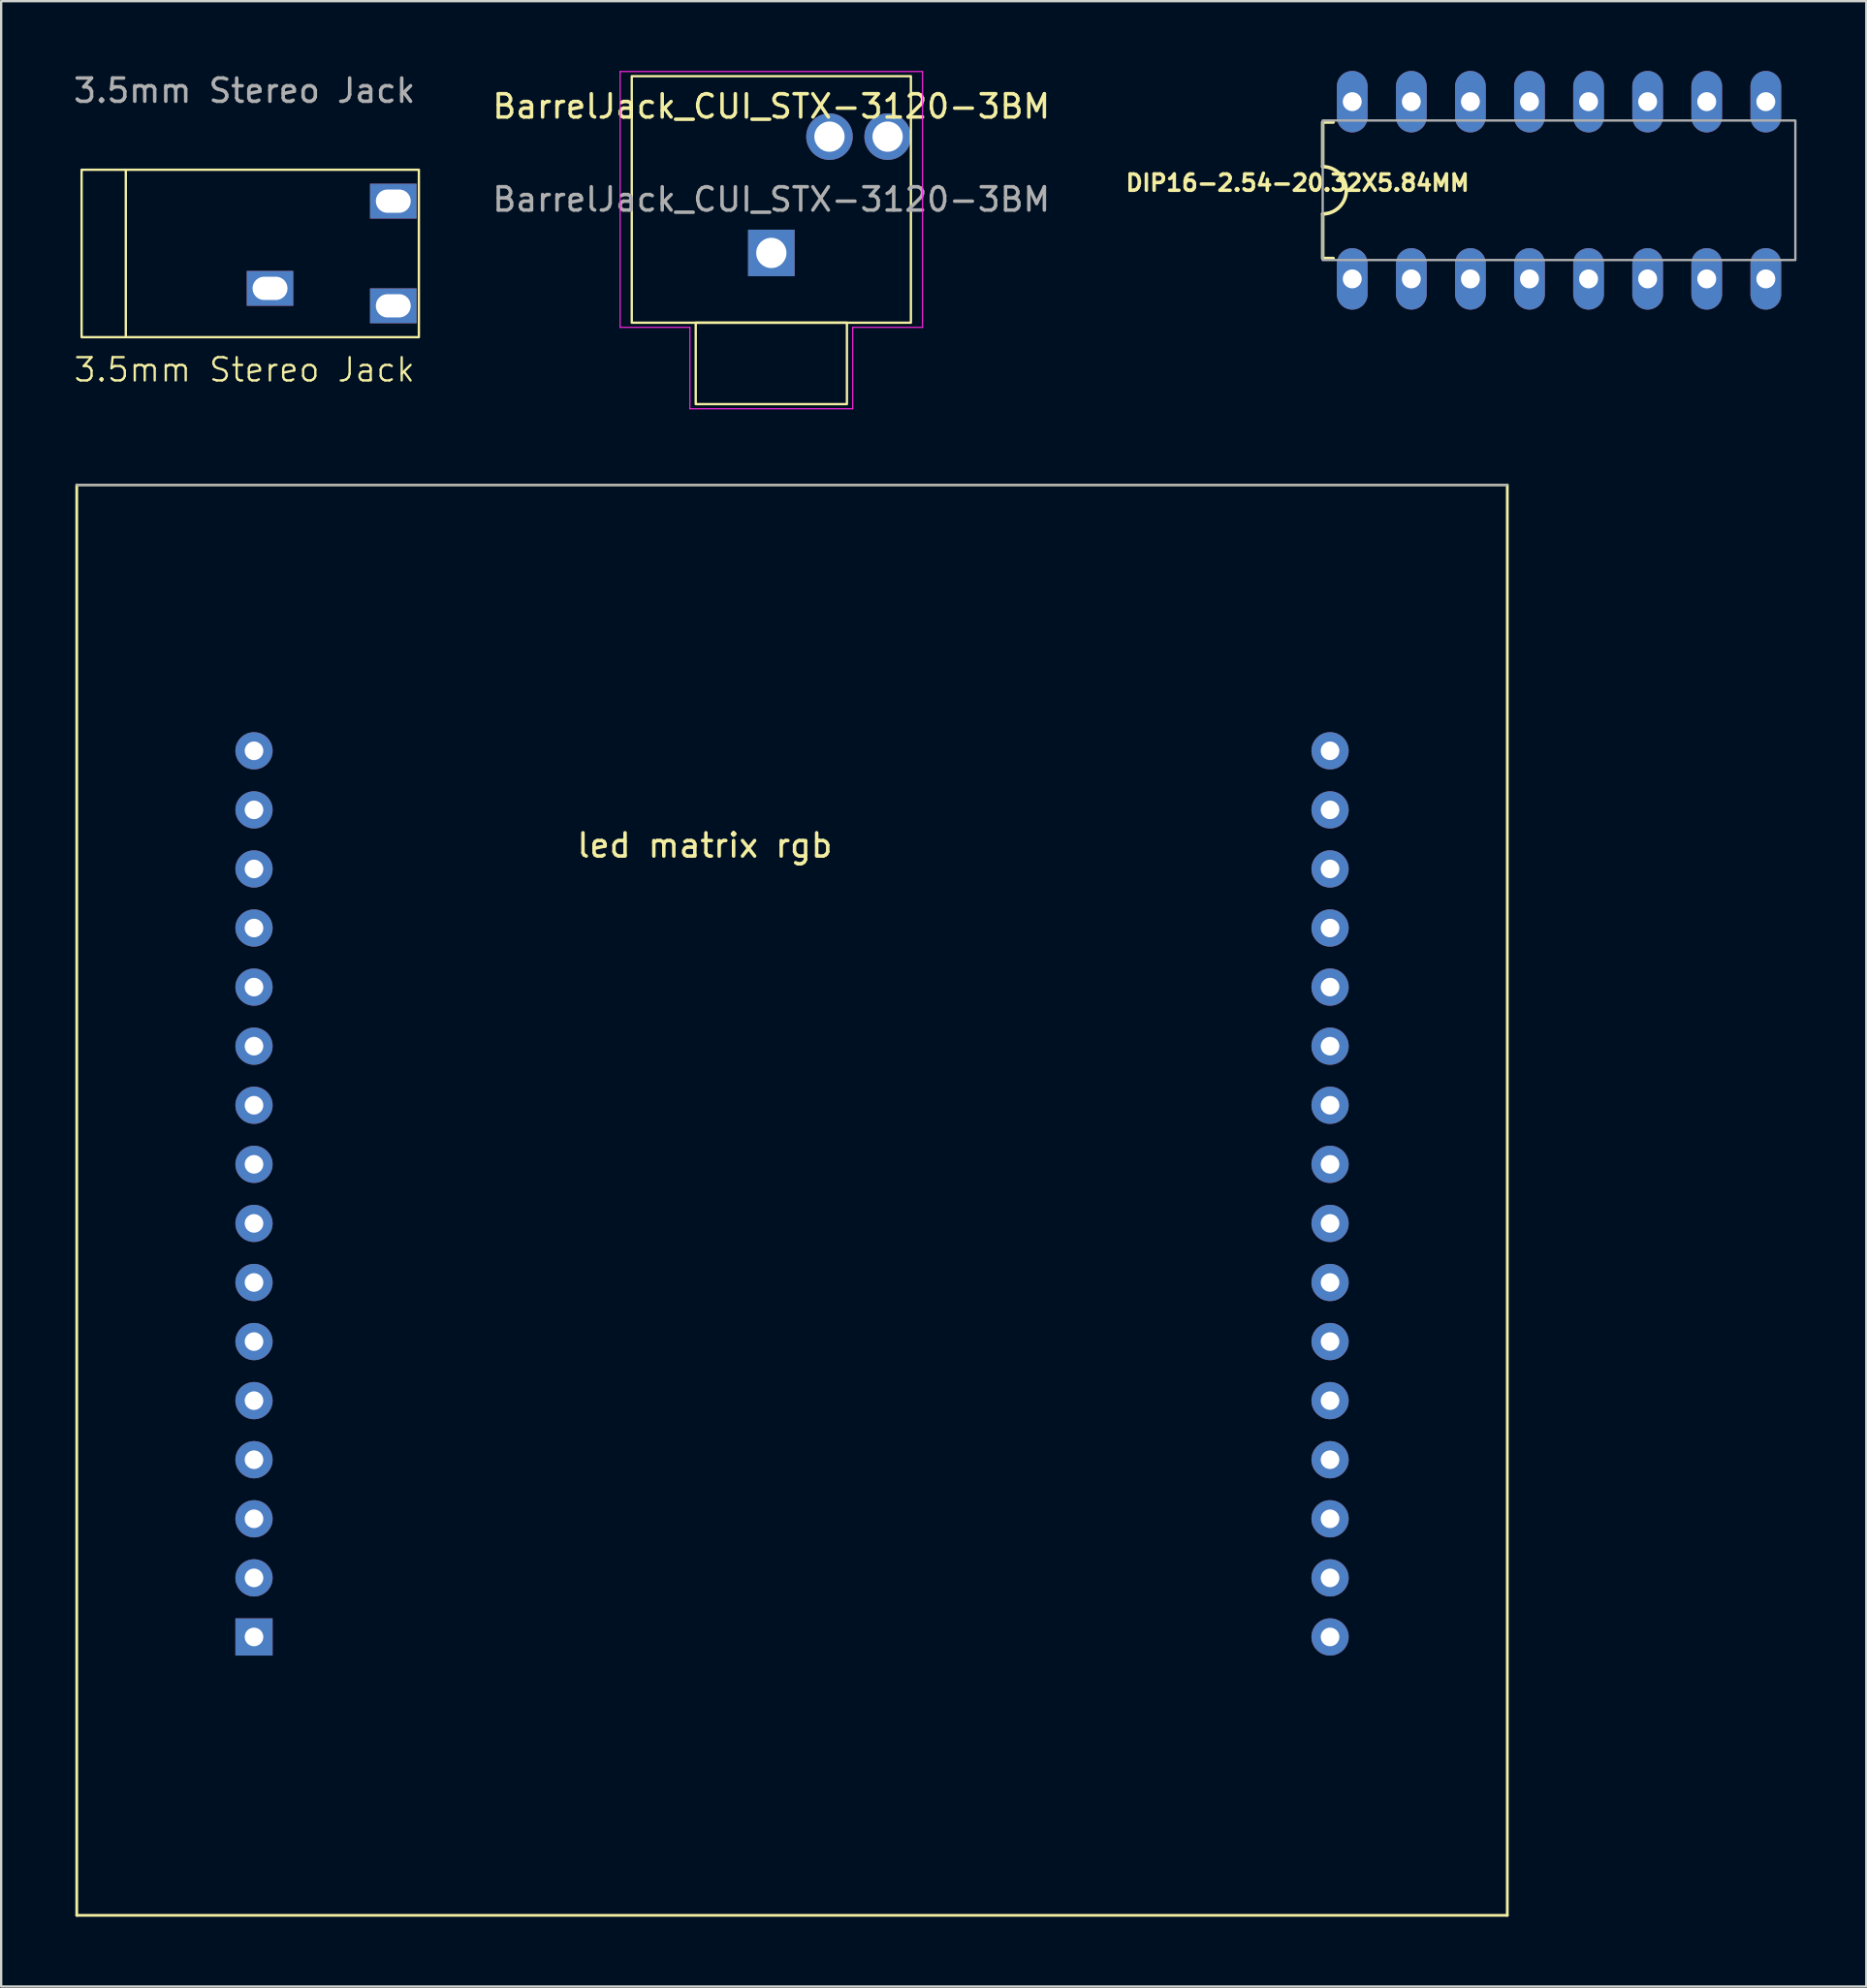
<source format=kicad_pcb>
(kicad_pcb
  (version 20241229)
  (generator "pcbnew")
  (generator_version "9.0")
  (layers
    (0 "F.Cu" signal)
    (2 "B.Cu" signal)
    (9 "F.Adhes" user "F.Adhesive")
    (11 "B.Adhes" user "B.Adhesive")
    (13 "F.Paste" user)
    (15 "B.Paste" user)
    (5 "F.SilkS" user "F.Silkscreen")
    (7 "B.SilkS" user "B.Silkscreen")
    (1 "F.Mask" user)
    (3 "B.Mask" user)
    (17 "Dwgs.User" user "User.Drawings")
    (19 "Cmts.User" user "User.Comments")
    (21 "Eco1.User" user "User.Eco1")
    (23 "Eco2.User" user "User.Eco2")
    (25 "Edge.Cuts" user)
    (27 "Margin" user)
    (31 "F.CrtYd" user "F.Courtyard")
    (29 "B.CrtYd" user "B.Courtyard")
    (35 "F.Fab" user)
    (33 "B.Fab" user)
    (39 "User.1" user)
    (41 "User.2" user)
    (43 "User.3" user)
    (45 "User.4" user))
  (footprint "DIP16-2.54-20.32X5.84MM"
    (layer "F.Cu")
    (at 63.974 5.131)
    (property "Reference" "DIP16-2.54-20.32X5.84MM" (at -11.241 -0.318 180) (layer "F.SilkS") (effects (font (size 0.7 0.7) (thickness 0.15))))
    (attr through_hole)
    (fp_line (start -10.16 -2.921) (end -10.16 -1.016) (stroke (width 0.152) (type solid)) (layer "F.SilkS"))
    (fp_line (start -10.16 -2.921) (end -9.7 -2.921) (stroke (width 0.127) (type solid)) (layer "F.SilkS"))
    (fp_line (start -10.16 2.921) (end -10.16 1.016) (stroke (width 0.152) (type solid)) (layer "F.SilkS"))
    (fp_line (start -10.16 2.921) (end -9.7 2.921) (stroke (width 0.127) (type solid)) (layer "F.SilkS"))
    (fp_arc (start -10.16 -1.016) (mid -9.144 0) (end -10.16 1.016) (stroke (width 0.1524) (type solid)) (layer "F.SilkS"))
    (fp_rect (start -10.16 -3) (end 10.16 3) (stroke (width 0.1) (type default)) (fill no) (layer "F.Fab"))
    (pad "1" thru_hole oval (at -8.89 3.81) (size 1.321 2.642) (drill 0.813) (layers "*.Cu" "*.Mask"))
    (pad "2" thru_hole oval (at -6.35 3.81) (size 1.321 2.642) (drill 0.813) (layers "*.Cu" "*.Mask"))
    (pad "3" thru_hole oval (at -3.81 3.81) (size 1.321 2.642) (drill 0.813) (layers "*.Cu" "*.Mask"))
    (pad "4" thru_hole oval (at -1.27 3.81) (size 1.321 2.642) (drill 0.813) (layers "*.Cu" "*.Mask"))
    (pad "5" thru_hole oval (at 1.27 3.81) (size 1.321 2.642) (drill 0.813) (layers "*.Cu" "*.Mask"))
    (pad "6" thru_hole oval (at 3.81 3.81) (size 1.321 2.642) (drill 0.813) (layers "*.Cu" "*.Mask"))
    (pad "7" thru_hole oval (at 6.35 3.81) (size 1.321 2.642) (drill 0.813) (layers "*.Cu" "*.Mask"))
    (pad "8" thru_hole oval (at 8.89 3.81) (size 1.321 2.642) (drill 0.813) (layers "*.Cu" "*.Mask"))
    (pad "9" thru_hole oval (at 8.89 -3.81) (size 1.321 2.642) (drill 0.813) (layers "*.Cu" "*.Mask"))
    (pad "10" thru_hole oval (at 6.35 -3.81) (size 1.321 2.642) (drill 0.813) (layers "*.Cu" "*.Mask"))
    (pad "11" thru_hole oval (at 3.81 -3.81) (size 1.321 2.642) (drill 0.813) (layers "*.Cu" "*.Mask"))
    (pad "12" thru_hole oval (at 1.27 -3.81) (size 1.321 2.642) (drill 0.813) (layers "*.Cu" "*.Mask"))
    (pad "13" thru_hole oval (at -1.27 -3.81) (size 1.321 2.642) (drill 0.813) (layers "*.Cu" "*.Mask"))
    (pad "14" thru_hole oval (at -3.81 -3.81) (size 1.321 2.642) (drill 0.813) (layers "*.Cu" "*.Mask"))
    (pad "15" thru_hole oval (at -6.35 -3.81) (size 1.321 2.642) (drill 0.813) (layers "*.Cu" "*.Mask"))
    (pad "16" thru_hole oval (at -8.89 -3.81) (size 1.321 2.642) (drill 0.813) (layers "*.Cu" "*.Mask")))
  (footprint "BarrelJack_CUI_STX-3120-3BM"
    (layer "F.Cu")
    (at 30.11 5.525)
    (property "Reference" "BarrelJack_CUI_STX-3120-3BM" (at 0 -4 0) (layer "F.SilkS") (effects (font (size 1 1) (thickness 0.15))))
    (attr through_hole)
    (fp_rect (start -6 -5.3) (end 6 5.3) (stroke (width 0.1) (type default)) (fill no) (layer "F.SilkS"))
    (fp_rect (start -3.25 5.3) (end 3.25 8.8) (stroke (width 0.1) (type default)) (fill no) (layer "F.SilkS"))
    (fp_line (start -6.5 -5.5) (end 6.5 -5.5) (stroke (width 0.05) (type default)) (layer "F.CrtYd"))
    (fp_line (start -6.5 5.5) (end -6.5 -5.5) (stroke (width 0.05) (type default)) (layer "F.CrtYd"))
    (fp_line (start -3.5 5.5) (end -6.5 5.5) (stroke (width 0.05) (type default)) (layer "F.CrtYd"))
    (fp_line (start -3.5 9) (end -3.5 5.5) (stroke (width 0.05) (type default)) (layer "F.CrtYd"))
    (fp_line (start 3.5 5.5) (end 3.5 9) (stroke (width 0.05) (type default)) (layer "F.CrtYd"))
    (fp_line (start 3.5 9) (end -3.5 9) (stroke (width 0.05) (type default)) (layer "F.CrtYd"))
    (fp_line (start 6.5 -5.5) (end 6.5 5.5) (stroke (width 0.05) (type default)) (layer "F.CrtYd"))
    (fp_line (start 6.5 5.5) (end 3.5 5.5) (stroke (width 0.05) (type default)) (layer "F.CrtYd"))
    (fp_text user "${REFERENCE}" (at 0 0 0) (layer "F.Fab") (effects (font (size 1 1) (thickness 0.15))))
    (pad "1" thru_hole rect (at 0 2.3) (size 2 2) (drill 1.3) (layers "*.Cu" "*.Mask"))
    (pad "4" thru_hole circle (at 2.5 -2.7) (size 2 2) (drill 1.3) (layers "*.Cu" "*.Mask"))
    (pad "5" thru_hole circle (at 5 -2.7) (size 2 2) (drill 1.3) (layers "*.Cu" "*.Mask")))
  (footprint "3.5mm Stereo Jack"
    (layer "F.Cu")
    (at 7.458 7.848)
    (property "Reference" "3.5mm Stereo Jack" (at 0 5 0) (unlocked yes) (layer "F.SilkS") (effects (font (size 1 1) (thickness 0.1))))
    (attr through_hole)
    (fp_line (start -5.1 -3.6) (end -5.1 3.6) (stroke (width 0.1) (type default)) (layer "F.SilkS"))
    (fp_rect (start -7 -3.6) (end 7.5 3.6) (stroke (width 0.1) (type default)) (fill no) (layer "F.SilkS"))
    (fp_text user "${REFERENCE}" (at 0 -7 0) (unlocked yes) (layer "F.Fab") (effects (font (size 1 1) (thickness 0.15))))
    (pad "R" thru_hole rect (at 6.4 -2.25) (size 2 1.5) (drill oval 1.5 1) (layers "*.Cu" "*.Mask"))
    (pad "S" thru_hole rect (at 1.1 1.5) (size 2 1.5) (drill oval 1.5 1) (layers "*.Cu" "*.Mask"))
    (pad "T" thru_hole rect (at 6.4 2.25) (size 2 1.5) (drill oval 1.5 1) (layers "*.Cu" "*.Mask")))
  (footprint "led matrix rgb"
    (layer "F.Cu")
    (at 0.25 17.8)
    (property "Reference" "led matrix rgb" (at 27 15.5 180) (layer "F.SilkS") (effects (font (size 1 1) (thickness 0.15))))
    (attr through_hole)
    (fp_line (start 0 0) (end 0 61.5) (stroke (width 0.12) (type solid)) (layer "F.SilkS"))
    (fp_line (start 0 61.5) (end 61.5 61.5) (stroke (width 0.12) (type solid)) (layer "F.SilkS"))
    (fp_line (start 61.5 0) (end 0 0) (stroke (width 0.1) (type default)) (layer "F.SilkS"))
    (fp_line (start 61.5 61.5) (end 61.5 0) (stroke (width 0.12) (type solid)) (layer "F.SilkS"))
    (fp_line (start 0 0) (end 61.5 0) (stroke (width 0.1) (type solid)) (layer "F.Fab"))
    (pad "1" thru_hole rect (at 7.62 49.53 180) (size 1.6 1.6) (drill 0.8) (layers "*.Cu" "*.Mask"))
    (pad "2" thru_hole oval (at 7.62 46.99 180) (size 1.6 1.6) (drill 0.8) (layers "*.Cu" "*.Mask"))
    (pad "3" thru_hole oval (at 7.62 44.45 180) (size 1.6 1.6) (drill 0.8) (layers "*.Cu" "*.Mask"))
    (pad "4" thru_hole oval (at 7.62 41.91 180) (size 1.6 1.6) (drill 0.8) (layers "*.Cu" "*.Mask"))
    (pad "5" thru_hole oval (at 7.62 39.37 180) (size 1.6 1.6) (drill 0.8) (layers "*.Cu" "*.Mask"))
    (pad "6" thru_hole oval (at 7.62 36.83 180) (size 1.6 1.6) (drill 0.8) (layers "*.Cu" "*.Mask"))
    (pad "7" thru_hole oval (at 7.62 34.29 180) (size 1.6 1.6) (drill 0.8) (layers "*.Cu" "*.Mask"))
    (pad "8" thru_hole oval (at 7.62 31.75 180) (size 1.6 1.6) (drill 0.8) (layers "*.Cu" "*.Mask"))
    (pad "9" thru_hole oval (at 7.62 29.21 180) (size 1.6 1.6) (drill 0.8) (layers "*.Cu" "*.Mask"))
    (pad "10" thru_hole oval (at 7.62 26.67 180) (size 1.6 1.6) (drill 0.8) (layers "*.Cu" "*.Mask"))
    (pad "11" thru_hole oval (at 7.62 24.13 180) (size 1.6 1.6) (drill 0.8) (layers "*.Cu" "*.Mask"))
    (pad "12" thru_hole oval (at 7.62 21.59 180) (size 1.6 1.6) (drill 0.8) (layers "*.Cu" "*.Mask"))
    (pad "13" thru_hole oval (at 7.62 19.05 180) (size 1.6 1.6) (drill 0.8) (layers "*.Cu" "*.Mask"))
    (pad "14" thru_hole oval (at 7.62 16.51 180) (size 1.6 1.6) (drill 0.8) (layers "*.Cu" "*.Mask"))
    (pad "15" thru_hole oval (at 7.62 13.97 180) (size 1.6 1.6) (drill 0.8) (layers "*.Cu" "*.Mask"))
    (pad "16" thru_hole oval (at 7.62 11.43 180) (size 1.6 1.6) (drill 0.8) (layers "*.Cu" "*.Mask"))
    (pad "17" thru_hole oval (at 53.88 11.43 180) (size 1.6 1.6) (drill 0.8) (layers "*.Cu" "*.Mask"))
    (pad "18" thru_hole oval (at 53.88 13.97 180) (size 1.6 1.6) (drill 0.8) (layers "*.Cu" "*.Mask"))
    (pad "19" thru_hole oval (at 53.88 16.51 180) (size 1.6 1.6) (drill 0.8) (layers "*.Cu" "*.Mask"))
    (pad "20" thru_hole oval (at 53.88 19.05 180) (size 1.6 1.6) (drill 0.8) (layers "*.Cu" "*.Mask"))
    (pad "21" thru_hole oval (at 53.88 21.59 180) (size 1.6 1.6) (drill 0.8) (layers "*.Cu" "*.Mask"))
    (pad "22" thru_hole oval (at 53.88 24.13 180) (size 1.6 1.6) (drill 0.8) (layers "*.Cu" "*.Mask"))
    (pad "23" thru_hole oval (at 53.88 26.67 180) (size 1.6 1.6) (drill 0.8) (layers "*.Cu" "*.Mask"))
    (pad "24" thru_hole oval (at 53.88 29.21 180) (size 1.6 1.6) (drill 0.8) (layers "*.Cu" "*.Mask"))
    (pad "25" thru_hole oval (at 53.88 31.75 180) (size 1.6 1.6) (drill 0.8) (layers "*.Cu" "*.Mask"))
    (pad "26" thru_hole oval (at 53.88 34.29 180) (size 1.6 1.6) (drill 0.8) (layers "*.Cu" "*.Mask"))
    (pad "27" thru_hole oval (at 53.88 36.83 180) (size 1.6 1.6) (drill 0.8) (layers "*.Cu" "*.Mask"))
    (pad "28" thru_hole oval (at 53.88 39.37 180) (size 1.6 1.6) (drill 0.8) (layers "*.Cu" "*.Mask"))
    (pad "29" thru_hole oval (at 53.88 41.91 180) (size 1.6 1.6) (drill 0.8) (layers "*.Cu" "*.Mask"))
    (pad "30" thru_hole oval (at 53.88 44.45 180) (size 1.6 1.6) (drill 0.8) (layers "*.Cu" "*.Mask"))
    (pad "31" thru_hole oval (at 53.88 46.99 180) (size 1.6 1.6) (drill 0.8) (layers "*.Cu" "*.Mask"))
    (pad "32" thru_hole oval (at 53.88 49.53 180) (size 1.6 1.6) (drill 0.8) (layers "*.Cu" "*.Mask")))
  (gr_rect
    (start -3 -3)
    (end 77.184 82.36)
    (stroke (width 0.1) (type default))
    (fill no)
    (layer "Edge.Cuts")))
</source>
